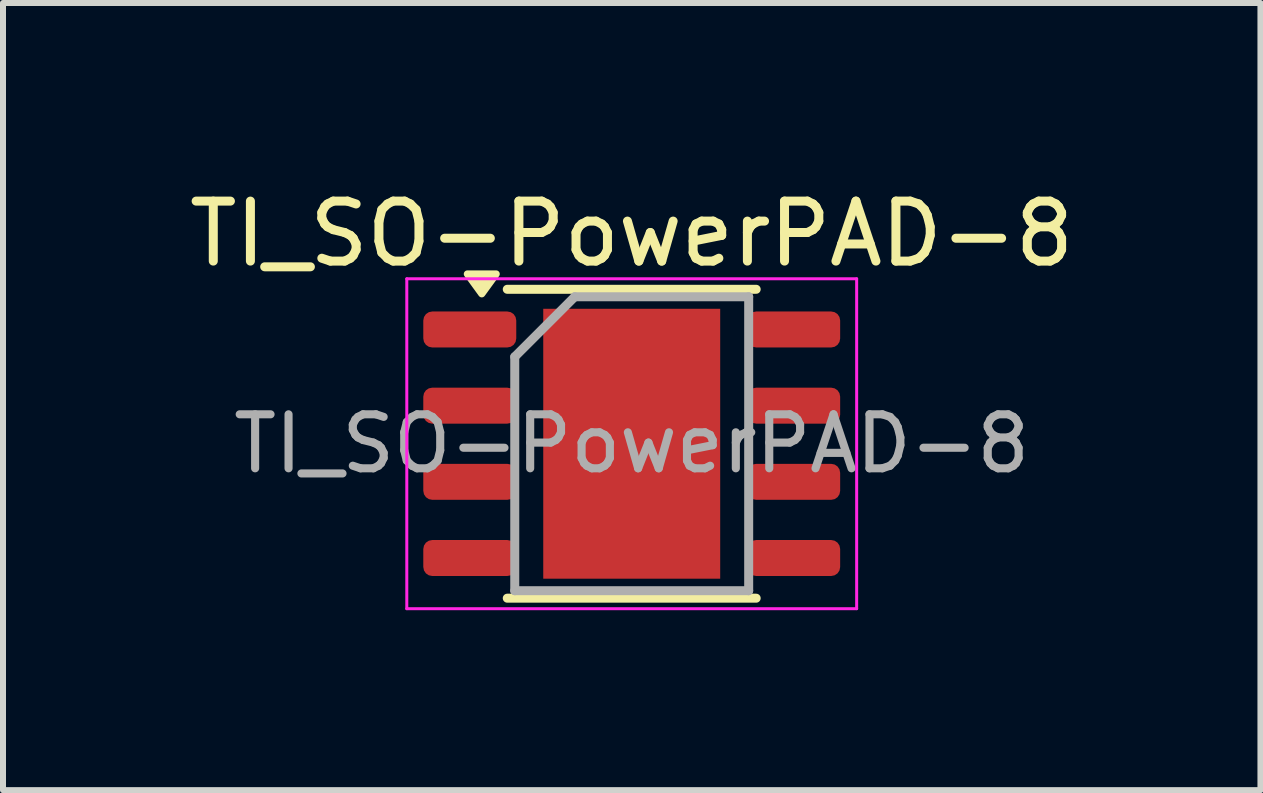
<source format=kicad_pcb>
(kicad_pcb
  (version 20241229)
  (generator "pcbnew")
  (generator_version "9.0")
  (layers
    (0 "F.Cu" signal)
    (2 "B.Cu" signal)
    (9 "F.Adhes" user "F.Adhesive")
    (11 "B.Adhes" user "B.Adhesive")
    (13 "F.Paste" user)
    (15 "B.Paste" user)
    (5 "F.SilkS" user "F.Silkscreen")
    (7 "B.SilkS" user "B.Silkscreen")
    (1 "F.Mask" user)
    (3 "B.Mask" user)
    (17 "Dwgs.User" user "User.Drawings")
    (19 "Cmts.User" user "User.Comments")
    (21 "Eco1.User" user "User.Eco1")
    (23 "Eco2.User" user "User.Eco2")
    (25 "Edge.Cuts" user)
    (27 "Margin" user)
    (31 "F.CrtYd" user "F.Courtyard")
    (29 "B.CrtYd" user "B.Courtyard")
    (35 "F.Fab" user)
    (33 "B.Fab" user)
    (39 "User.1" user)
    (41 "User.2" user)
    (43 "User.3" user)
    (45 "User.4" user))
  (footprint "TI_SO-PowerPAD-8"
    (layer "F.Cu")
    (at 7.482 4.348)
    (property "Reference" "TI_SO-PowerPAD-8" (at 0 -3.5 0) (layer "F.SilkS") (effects (font (size 1 1) (thickness 0.15))))
    (attr smd)
    (fp_line (start -2.075 -2.575) (end 2.075 -2.575) (stroke (width 0.15) (type solid)) (layer "F.SilkS"))
    (fp_line (start -2.075 2.575) (end 2.075 2.575) (stroke (width 0.15) (type solid)) (layer "F.SilkS"))
    (fp_poly (pts (xy -2.5 -2.5) (xy -2.74 -2.83) (xy -2.26 -2.83) (xy -2.5 -2.5)) (stroke (width 0.12) (type solid)) (fill yes) (layer "F.SilkS"))
    (fp_rect (start -1.2 -1.55) (end 1.2 1.55) (stroke (width 0) (type solid)) (fill yes) (layer "F.Paste"))
    (fp_line (start -3.75 -2.75) (end -3.75 2.75) (stroke (width 0.05) (type solid)) (layer "F.CrtYd"))
    (fp_line (start -3.75 -2.75) (end 3.75 -2.75) (stroke (width 0.05) (type solid)) (layer "F.CrtYd"))
    (fp_line (start -3.75 2.75) (end 3.75 2.75) (stroke (width 0.05) (type solid)) (layer "F.CrtYd"))
    (fp_line (start 3.75 -2.75) (end 3.75 2.75) (stroke (width 0.05) (type solid)) (layer "F.CrtYd"))
    (fp_line (start -1.95 -1.45) (end -0.95 -2.45) (stroke (width 0.15) (type solid)) (layer "F.Fab"))
    (fp_line (start -1.95 2.45) (end -1.95 -1.45) (stroke (width 0.15) (type solid)) (layer "F.Fab"))
    (fp_line (start -0.95 -2.45) (end 1.95 -2.45) (stroke (width 0.15) (type solid)) (layer "F.Fab"))
    (fp_line (start 1.95 -2.45) (end 1.95 2.45) (stroke (width 0.15) (type solid)) (layer "F.Fab"))
    (fp_line (start 1.95 2.45) (end -1.95 2.45) (stroke (width 0.15) (type solid)) (layer "F.Fab"))
    (fp_text user "${REFERENCE}" (at 0 0 0) (layer "F.Fab") (effects (font (size 0.9 0.9) (thickness 0.135))))
    (pad "1" smd roundrect (at -2.7 -1.905) (size 1.55 0.6) (layers "F.Cu" "F.Mask" "F.Paste") (roundrect_rratio 0.25))
    (pad "2" smd roundrect (at -2.7 -0.635) (size 1.55 0.6) (layers "F.Cu" "F.Mask" "F.Paste") (roundrect_rratio 0.25))
    (pad "3" smd roundrect (at -2.7 0.635) (size 1.55 0.6) (layers "F.Cu" "F.Mask" "F.Paste") (roundrect_rratio 0.25))
    (pad "4" smd roundrect (at -2.7 1.905) (size 1.55 0.6) (layers "F.Cu" "F.Mask" "F.Paste") (roundrect_rratio 0.25))
    (pad "5" smd roundrect (at 2.7 1.905) (size 1.55 0.6) (layers "F.Cu" "F.Mask" "F.Paste") (roundrect_rratio 0.25))
    (pad "6" smd roundrect (at 2.7 0.635) (size 1.55 0.6) (layers "F.Cu" "F.Mask" "F.Paste") (roundrect_rratio 0.25))
    (pad "7" smd roundrect (at 2.7 -0.635) (size 1.55 0.6) (layers "F.Cu" "F.Mask" "F.Paste") (roundrect_rratio 0.25))
    (pad "8" smd roundrect (at 2.7 -1.905) (size 1.55 0.6) (layers "F.Cu" "F.Mask" "F.Paste") (roundrect_rratio 0.25))
    (pad "9" smd rect (at 0 0) (size 2.95 4.5) (layers "F.Cu")))
  (gr_rect
    (start -3 -3)
    (end 17.964 10.123)
    (stroke (width 0.1) (type default))
    (fill no)
    (layer "Edge.Cuts")))
</source>
